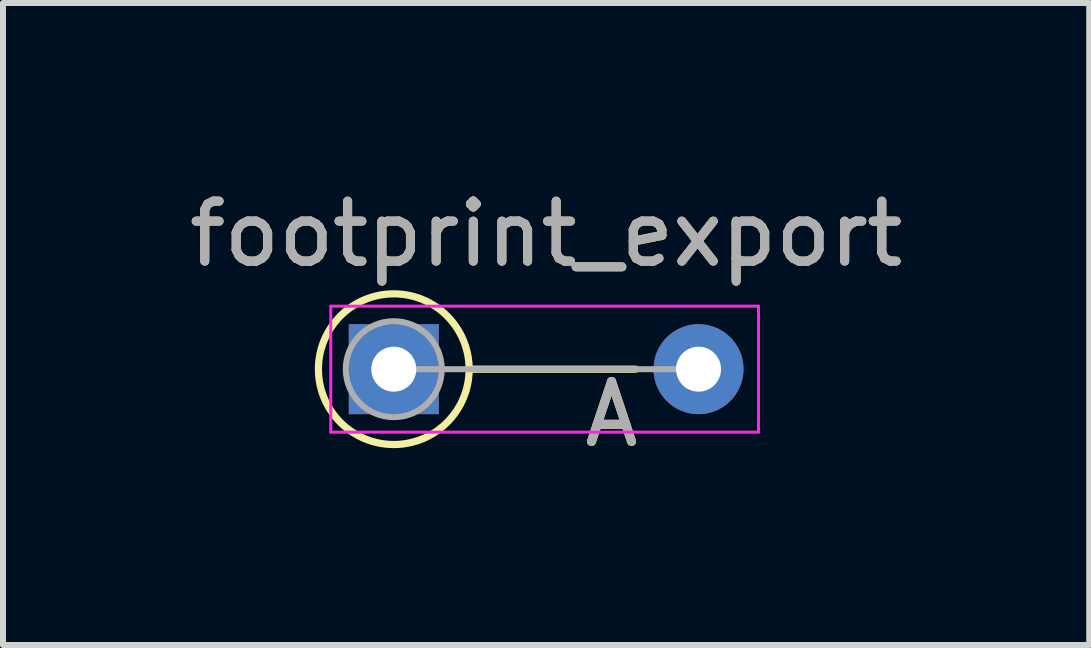
<source format=kicad_pcb>
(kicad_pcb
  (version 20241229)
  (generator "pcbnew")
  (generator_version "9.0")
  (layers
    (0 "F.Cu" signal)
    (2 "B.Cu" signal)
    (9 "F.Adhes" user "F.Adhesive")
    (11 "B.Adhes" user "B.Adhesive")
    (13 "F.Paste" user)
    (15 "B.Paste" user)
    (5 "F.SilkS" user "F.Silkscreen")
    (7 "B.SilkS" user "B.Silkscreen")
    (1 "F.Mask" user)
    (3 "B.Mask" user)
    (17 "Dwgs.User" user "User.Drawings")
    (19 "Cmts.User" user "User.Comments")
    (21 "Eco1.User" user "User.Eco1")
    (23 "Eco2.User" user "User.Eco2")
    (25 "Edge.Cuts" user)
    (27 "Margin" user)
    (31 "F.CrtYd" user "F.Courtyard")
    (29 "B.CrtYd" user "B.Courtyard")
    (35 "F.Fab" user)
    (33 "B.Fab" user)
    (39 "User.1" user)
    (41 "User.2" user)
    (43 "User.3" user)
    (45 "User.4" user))
  (footprint "footprint_export"
    (layer "F.Cu")
    (at 3.514 3.104)
    (property "Reference" "footprint_export" (at 2.54 -2.256 0) (layer "F.SilkS") (effects (font (size 1 1) (thickness 0.15))))
    (attr through_hole)
    (fp_line (start 1.256 0) (end 4.03 0) (stroke (width 0.12) (type solid)) (layer "F.SilkS"))
    (fp_circle (center 0 0) (end 1.256 0) (stroke (width 0.12) (type solid)) (fill no) (layer "F.SilkS"))
    (fp_line (start -1.05 -1.05) (end -1.05 1.05) (stroke (width 0.05) (type solid)) (layer "F.CrtYd"))
    (fp_line (start -1.05 1.05) (end 6.08 1.05) (stroke (width 0.05) (type solid)) (layer "F.CrtYd"))
    (fp_line (start 6.08 -1.05) (end -1.05 -1.05) (stroke (width 0.05) (type solid)) (layer "F.CrtYd"))
    (fp_line (start 6.08 1.05) (end 6.08 -1.05) (stroke (width 0.05) (type solid)) (layer "F.CrtYd"))
    (fp_line (start 0 0) (end 5.08 0) (stroke (width 0.1) (type solid)) (layer "F.Fab"))
    (fp_circle (center 0 0) (end 0.8 0) (stroke (width 0.1) (type solid)) (fill no) (layer "F.Fab"))
    (fp_text user "A" (at 3.63 0.75 0) (layer "F.SilkS") (effects (font (size 1 1) (thickness 0.15))))
    (fp_text user "${REFERENCE}" (at 2.54 -2.256 0) (layer "F.Fab") (effects (font (size 1 1) (thickness 0.15))))
    (fp_text user "A" (at 3.63 0.75 0) (layer "F.Fab") (effects (font (size 1 1) (thickness 0.15))))
    (pad "1" thru_hole rect (at 0 0) (size 1.5 1.5) (drill 0.75) (layers "*.Cu" "*.Mask"))
    (pad "2" thru_hole oval (at 5.08 0) (size 1.5 1.5) (drill 0.75) (layers "*.Cu" "*.Mask")))
  (gr_rect
    (start -3 -3)
    (end 15.107 7.702)
    (stroke (width 0.1) (type default))
    (fill no)
    (layer "Edge.Cuts")))
</source>
